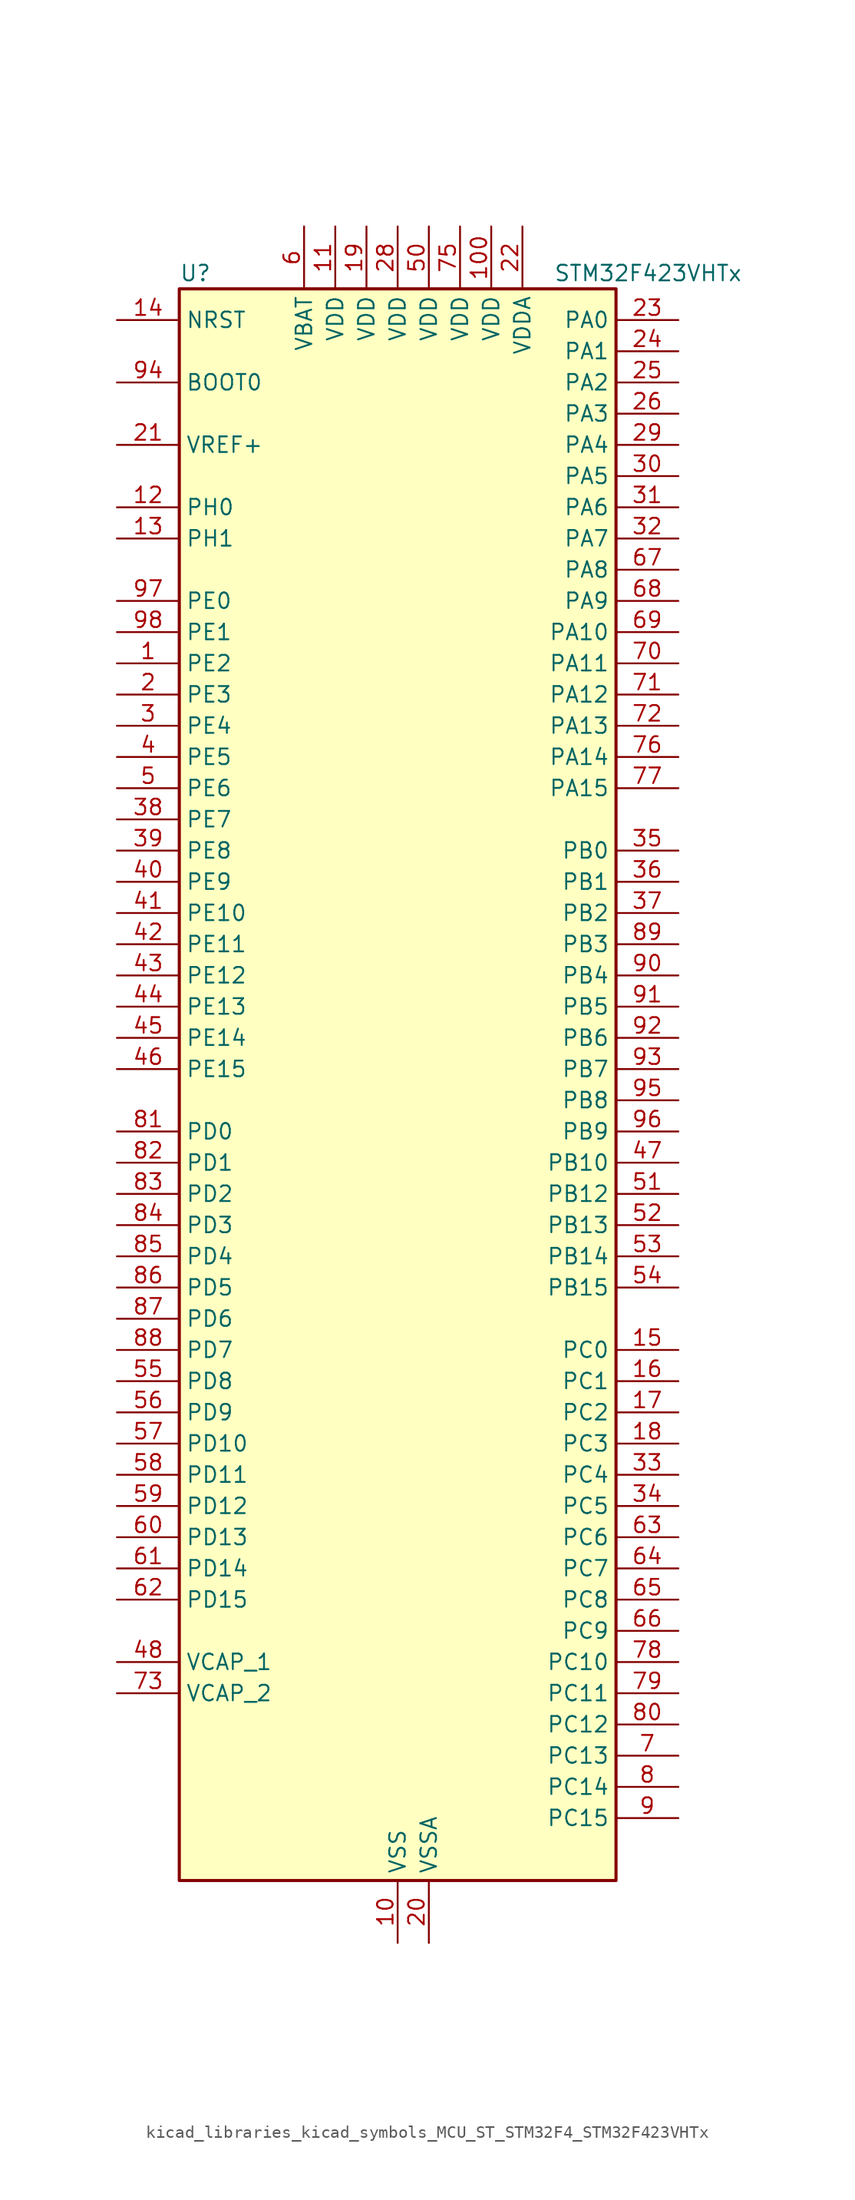
<source format=kicad_sym>
(kicad_symbol_lib
  (version 20220914)
  (generator kicad_symbol_editor)
  (symbol "kicad_libraries_kicad_symbols_MCU_ST_STM32F4_STM32F423VHTx"
    (property "Reference" "U"
      (at -17.78 67.31 0)
      (effects (font (size 1.27 1.27)) (justify left)))
    (property "Value" "STM32F423VHTx"
      (at 12.7 67.31 0)
      (effects (font (size 1.27 1.27)) (justify left)))
    (property "ki_locked" ""
      (at 0 0 0)
      (effects (font (size 1.27 1.27))))
    (symbol "kicad_libraries_kicad_symbols_MCU_ST_STM32F4_STM32F423VHTx_0_1"
      (rectangle (start -17.78 -63.5) (end 17.78 66.04) (stroke (width 0.254) (type default)) (fill (type background))))
    (symbol "kicad_libraries_kicad_symbols_MCU_ST_STM32F4_STM32F423VHTx_1_1"
      (pin bidirectional line (at -22.86 35.56 0) (length 5.08) (name "PE2" (effects (font (size 1.27 1.27)))) (number "1" (effects (font (size 1.27 1.27)))) (alternate "FSMC_A23" bidirectional line) (alternate "I2S4_CK" bidirectional line) (alternate "I2S5_CK" bidirectional line) (alternate "QUADSPI_BK1_IO2" bidirectional line) (alternate "SAI1_MCLK_A" bidirectional line) (alternate "SPI4_SCK" bidirectional line) (alternate "SPI5_SCK" bidirectional line) (alternate "SYS_TRACECLK" bidirectional line) (alternate "UART10_RX" bidirectional line))
      (pin power_in line (at 0 -68.58 90) (length 5.08) (name "VSS" (effects (font (size 1.27 1.27)))) (number "10" (effects (font (size 1.27 1.27)))))
      (pin power_in line (at 7.62 71.12 270) (length 5.08) (name "VDD" (effects (font (size 1.27 1.27)))) (number "100" (effects (font (size 1.27 1.27)))))
      (pin power_in line (at -5.08 71.12 270) (length 5.08) (name "VDD" (effects (font (size 1.27 1.27)))) (number "11" (effects (font (size 1.27 1.27)))))
      (pin bidirectional line (at -22.86 48.26 0) (length 5.08) (name "PH0" (effects (font (size 1.27 1.27)))) (number "12" (effects (font (size 1.27 1.27)))) (alternate "RCC_OSC_IN" bidirectional line))
      (pin bidirectional line (at -22.86 45.72 0) (length 5.08) (name "PH1" (effects (font (size 1.27 1.27)))) (number "13" (effects (font (size 1.27 1.27)))) (alternate "RCC_OSC_OUT" bidirectional line))
      (pin input line (at -22.86 63.5 0) (length 5.08) (name "NRST" (effects (font (size 1.27 1.27)))) (number "14" (effects (font (size 1.27 1.27)))))
      (pin bidirectional line (at 22.86 -20.32 180) (length 5.08) (name "PC0" (effects (font (size 1.27 1.27)))) (number "15" (effects (font (size 1.27 1.27)))) (alternate "ADC1_IN10" bidirectional line) (alternate "DFSDM2_CKIN4" bidirectional line) (alternate "LPTIM1_IN1" bidirectional line) (alternate "SAI1_MCLK_B" bidirectional line) (alternate "SYS_WKUP2" bidirectional line))
      (pin bidirectional line (at 22.86 -22.86 180) (length 5.08) (name "PC1" (effects (font (size 1.27 1.27)))) (number "16" (effects (font (size 1.27 1.27)))) (alternate "ADC1_IN11" bidirectional line) (alternate "DFSDM2_DATIN4" bidirectional line) (alternate "LPTIM1_OUT" bidirectional line) (alternate "SAI1_SD_B" bidirectional line) (alternate "SYS_WKUP3" bidirectional line))
      (pin bidirectional line (at 22.86 -25.4 180) (length 5.08) (name "PC2" (effects (font (size 1.27 1.27)))) (number "17" (effects (font (size 1.27 1.27)))) (alternate "ADC1_IN12" bidirectional line) (alternate "DFSDM1_CKOUT" bidirectional line) (alternate "DFSDM2_DATIN7" bidirectional line) (alternate "FSMC_NWE" bidirectional line) (alternate "I2S2_ext_SD" bidirectional line) (alternate "LPTIM1_IN2" bidirectional line) (alternate "SAI1_SCK_B" bidirectional line) (alternate "SPI2_MISO" bidirectional line))
      (pin bidirectional line (at 22.86 -27.94 180) (length 5.08) (name "PC3" (effects (font (size 1.27 1.27)))) (number "18" (effects (font (size 1.27 1.27)))) (alternate "ADC1_IN13" bidirectional line) (alternate "DFSDM2_CKIN7" bidirectional line) (alternate "FSMC_A0" bidirectional line) (alternate "I2S2_SD" bidirectional line) (alternate "LPTIM1_ETR" bidirectional line) (alternate "SAI1_FS_B" bidirectional line) (alternate "SPI2_MOSI" bidirectional line))
      (pin power_in line (at -2.54 71.12 270) (length 5.08) (name "VDD" (effects (font (size 1.27 1.27)))) (number "19" (effects (font (size 1.27 1.27)))))
      (pin bidirectional line (at -22.86 33.02 0) (length 5.08) (name "PE3" (effects (font (size 1.27 1.27)))) (number "2" (effects (font (size 1.27 1.27)))) (alternate "FSMC_A19" bidirectional line) (alternate "SAI1_SD_B" bidirectional line) (alternate "SYS_TRACED0" bidirectional line) (alternate "UART10_TX" bidirectional line))
      (pin power_in line (at 2.54 -68.58 90) (length 5.08) (name "VSSA" (effects (font (size 1.27 1.27)))) (number "20" (effects (font (size 1.27 1.27)))))
      (pin input line (at -22.86 53.34 0) (length 5.08) (name "VREF+" (effects (font (size 1.27 1.27)))) (number "21" (effects (font (size 1.27 1.27)))))
      (pin power_in line (at 10.16 71.12 270) (length 5.08) (name "VDDA" (effects (font (size 1.27 1.27)))) (number "22" (effects (font (size 1.27 1.27)))))
      (pin bidirectional line (at 22.86 63.5 180) (length 5.08) (name "PA0" (effects (font (size 1.27 1.27)))) (number "23" (effects (font (size 1.27 1.27)))) (alternate "ADC1_IN0" bidirectional line) (alternate "SYS_WKUP1" bidirectional line) (alternate "TIM2_CH1" bidirectional line) (alternate "TIM2_ETR" bidirectional line) (alternate "TIM5_CH1" bidirectional line) (alternate "TIM8_ETR" bidirectional line) (alternate "UART4_TX" bidirectional line) (alternate "USART2_CTS" bidirectional line))
      (pin bidirectional line (at 22.86 60.96 180) (length 5.08) (name "PA1" (effects (font (size 1.27 1.27)))) (number "24" (effects (font (size 1.27 1.27)))) (alternate "ADC1_IN1" bidirectional line) (alternate "I2S4_SD" bidirectional line) (alternate "QUADSPI_BK1_IO3" bidirectional line) (alternate "SPI4_MOSI" bidirectional line) (alternate "TIM2_CH2" bidirectional line) (alternate "TIM5_CH2" bidirectional line) (alternate "UART4_RX" bidirectional line) (alternate "USART2_RTS" bidirectional line))
      (pin bidirectional line (at 22.86 58.42 180) (length 5.08) (name "PA2" (effects (font (size 1.27 1.27)))) (number "25" (effects (font (size 1.27 1.27)))) (alternate "ADC1_IN2" bidirectional line) (alternate "FSMC_D4" bidirectional line) (alternate "FSMC_DA4" bidirectional line) (alternate "I2S_CKIN" bidirectional line) (alternate "TIM2_CH3" bidirectional line) (alternate "TIM5_CH3" bidirectional line) (alternate "TIM9_CH1" bidirectional line) (alternate "USART2_TX" bidirectional line))
      (pin bidirectional line (at 22.86 55.88 180) (length 5.08) (name "PA3" (effects (font (size 1.27 1.27)))) (number "26" (effects (font (size 1.27 1.27)))) (alternate "ADC1_IN3" bidirectional line) (alternate "FSMC_D5" bidirectional line) (alternate "FSMC_DA5" bidirectional line) (alternate "I2S2_MCK" bidirectional line) (alternate "SAI1_SD_B" bidirectional line) (alternate "TIM2_CH4" bidirectional line) (alternate "TIM5_CH4" bidirectional line) (alternate "TIM9_CH2" bidirectional line) (alternate "USART2_RX" bidirectional line))
      (pin passive line (at 0 -68.58 90) (length 5.08) hide (name "VSS" (effects (font (size 1.27 1.27)))) (number "27" (effects (font (size 1.27 1.27)))))
      (pin power_in line (at 0 71.12 270) (length 5.08) (name "VDD" (effects (font (size 1.27 1.27)))) (number "28" (effects (font (size 1.27 1.27)))))
      (pin bidirectional line (at 22.86 53.34 180) (length 5.08) (name "PA4" (effects (font (size 1.27 1.27)))) (number "29" (effects (font (size 1.27 1.27)))) (alternate "ADC1_IN4" bidirectional line) (alternate "DAC_OUT1" bidirectional line) (alternate "DFSDM1_DATIN1" bidirectional line) (alternate "FSMC_D6" bidirectional line) (alternate "FSMC_DA6" bidirectional line) (alternate "I2S1_WS" bidirectional line) (alternate "I2S3_WS" bidirectional line) (alternate "SPI1_NSS" bidirectional line) (alternate "SPI3_NSS" bidirectional line) (alternate "USART2_CK" bidirectional line))
      (pin bidirectional line (at -22.86 30.48 0) (length 5.08) (name "PE4" (effects (font (size 1.27 1.27)))) (number "3" (effects (font (size 1.27 1.27)))) (alternate "DFSDM1_DATIN3" bidirectional line) (alternate "FSMC_A20" bidirectional line) (alternate "I2S4_WS" bidirectional line) (alternate "I2S5_WS" bidirectional line) (alternate "SAI1_SD_A" bidirectional line) (alternate "SPI4_NSS" bidirectional line) (alternate "SPI5_NSS" bidirectional line) (alternate "SYS_TRACED1" bidirectional line))
      (pin bidirectional line (at 22.86 50.8 180) (length 5.08) (name "PA5" (effects (font (size 1.27 1.27)))) (number "30" (effects (font (size 1.27 1.27)))) (alternate "ADC1_IN5" bidirectional line) (alternate "DAC_OUT2" bidirectional line) (alternate "DFSDM1_CKIN1" bidirectional line) (alternate "FSMC_D7" bidirectional line) (alternate "FSMC_DA7" bidirectional line) (alternate "I2S1_CK" bidirectional line) (alternate "SPI1_SCK" bidirectional line) (alternate "TIM2_CH1" bidirectional line) (alternate "TIM2_ETR" bidirectional line) (alternate "TIM8_CH1N" bidirectional line))
      (pin bidirectional line (at 22.86 48.26 180) (length 5.08) (name "PA6" (effects (font (size 1.27 1.27)))) (number "31" (effects (font (size 1.27 1.27)))) (alternate "ADC1_IN6" bidirectional line) (alternate "DFSDM2_CKIN1" bidirectional line) (alternate "I2S2_MCK" bidirectional line) (alternate "QUADSPI_BK2_IO0" bidirectional line) (alternate "SDIO_CMD" bidirectional line) (alternate "SPI1_MISO" bidirectional line) (alternate "TIM13_CH1" bidirectional line) (alternate "TIM1_BKIN" bidirectional line) (alternate "TIM3_CH1" bidirectional line) (alternate "TIM8_BKIN" bidirectional line))
      (pin bidirectional line (at 22.86 45.72 180) (length 5.08) (name "PA7" (effects (font (size 1.27 1.27)))) (number "32" (effects (font (size 1.27 1.27)))) (alternate "ADC1_IN7" bidirectional line) (alternate "DFSDM2_DATIN1" bidirectional line) (alternate "I2S1_SD" bidirectional line) (alternate "QUADSPI_BK2_IO1" bidirectional line) (alternate "SPI1_MOSI" bidirectional line) (alternate "TIM14_CH1" bidirectional line) (alternate "TIM1_CH1N" bidirectional line) (alternate "TIM3_CH2" bidirectional line) (alternate "TIM8_CH1N" bidirectional line))
      (pin bidirectional line (at 22.86 -30.48 180) (length 5.08) (name "PC4" (effects (font (size 1.27 1.27)))) (number "33" (effects (font (size 1.27 1.27)))) (alternate "ADC1_IN14" bidirectional line) (alternate "DFSDM2_CKIN2" bidirectional line) (alternate "FSMC_NE4" bidirectional line) (alternate "I2S1_MCK" bidirectional line) (alternate "QUADSPI_BK2_IO2" bidirectional line))
      (pin bidirectional line (at 22.86 -33.02 180) (length 5.08) (name "PC5" (effects (font (size 1.27 1.27)))) (number "34" (effects (font (size 1.27 1.27)))) (alternate "ADC1_IN15" bidirectional line) (alternate "DFSDM2_DATIN2" bidirectional line) (alternate "FMPI2C1_SMBA" bidirectional line) (alternate "FSMC_NOE" bidirectional line) (alternate "QUADSPI_BK2_IO3" bidirectional line) (alternate "USART3_RX" bidirectional line))
      (pin bidirectional line (at 22.86 20.32 180) (length 5.08) (name "PB0" (effects (font (size 1.27 1.27)))) (number "35" (effects (font (size 1.27 1.27)))) (alternate "ADC1_IN8" bidirectional line) (alternate "I2S5_CK" bidirectional line) (alternate "SPI5_SCK" bidirectional line) (alternate "TIM1_CH2N" bidirectional line) (alternate "TIM3_CH3" bidirectional line) (alternate "TIM8_CH2N" bidirectional line))
      (pin bidirectional line (at 22.86 17.78 180) (length 5.08) (name "PB1" (effects (font (size 1.27 1.27)))) (number "36" (effects (font (size 1.27 1.27)))) (alternate "ADC1_IN9" bidirectional line) (alternate "DFSDM1_DATIN0" bidirectional line) (alternate "I2S5_WS" bidirectional line) (alternate "QUADSPI_CLK" bidirectional line) (alternate "SPI5_NSS" bidirectional line) (alternate "TIM1_CH3N" bidirectional line) (alternate "TIM3_CH4" bidirectional line) (alternate "TIM8_CH3N" bidirectional line))
      (pin bidirectional line (at 22.86 15.24 180) (length 5.08) (name "PB2" (effects (font (size 1.27 1.27)))) (number "37" (effects (font (size 1.27 1.27)))) (alternate "DFSDM1_CKIN0" bidirectional line) (alternate "LPTIM1_OUT" bidirectional line) (alternate "QUADSPI_CLK" bidirectional line))
      (pin bidirectional line (at -22.86 22.86 0) (length 5.08) (name "PE7" (effects (font (size 1.27 1.27)))) (number "38" (effects (font (size 1.27 1.27)))) (alternate "DFSDM1_DATIN2" bidirectional line) (alternate "FSMC_D4" bidirectional line) (alternate "FSMC_DA4" bidirectional line) (alternate "QUADSPI_BK2_IO0" bidirectional line) (alternate "TIM1_ETR" bidirectional line) (alternate "UART7_RX" bidirectional line))
      (pin bidirectional line (at -22.86 20.32 0) (length 5.08) (name "PE8" (effects (font (size 1.27 1.27)))) (number "39" (effects (font (size 1.27 1.27)))) (alternate "DFSDM1_CKIN2" bidirectional line) (alternate "FSMC_D5" bidirectional line) (alternate "FSMC_DA5" bidirectional line) (alternate "QUADSPI_BK2_IO1" bidirectional line) (alternate "TIM1_CH1N" bidirectional line) (alternate "UART7_TX" bidirectional line))
      (pin bidirectional line (at -22.86 27.94 0) (length 5.08) (name "PE5" (effects (font (size 1.27 1.27)))) (number "4" (effects (font (size 1.27 1.27)))) (alternate "DFSDM1_CKIN3" bidirectional line) (alternate "FSMC_A21" bidirectional line) (alternate "SAI1_SCK_A" bidirectional line) (alternate "SPI4_MISO" bidirectional line) (alternate "SPI5_MISO" bidirectional line) (alternate "SYS_TRACED2" bidirectional line) (alternate "TIM9_CH1" bidirectional line))
      (pin bidirectional line (at -22.86 17.78 0) (length 5.08) (name "PE9" (effects (font (size 1.27 1.27)))) (number "40" (effects (font (size 1.27 1.27)))) (alternate "DAC_EXTI9" bidirectional line) (alternate "DFSDM1_CKOUT" bidirectional line) (alternate "FSMC_D6" bidirectional line) (alternate "FSMC_DA6" bidirectional line) (alternate "QUADSPI_BK2_IO2" bidirectional line) (alternate "TIM1_CH1" bidirectional line))
      (pin bidirectional line (at -22.86 15.24 0) (length 5.08) (name "PE10" (effects (font (size 1.27 1.27)))) (number "41" (effects (font (size 1.27 1.27)))) (alternate "DFSDM2_DATIN0" bidirectional line) (alternate "FSMC_D7" bidirectional line) (alternate "FSMC_DA7" bidirectional line) (alternate "QUADSPI_BK2_IO3" bidirectional line) (alternate "TIM1_CH2N" bidirectional line))
      (pin bidirectional line (at -22.86 12.7 0) (length 5.08) (name "PE11" (effects (font (size 1.27 1.27)))) (number "42" (effects (font (size 1.27 1.27)))) (alternate "ADC1_EXTI11" bidirectional line) (alternate "DFSDM2_CKIN0" bidirectional line) (alternate "FSMC_D8" bidirectional line) (alternate "FSMC_DA8" bidirectional line) (alternate "I2S4_WS" bidirectional line) (alternate "I2S5_WS" bidirectional line) (alternate "SPI4_NSS" bidirectional line) (alternate "SPI5_NSS" bidirectional line) (alternate "TIM1_CH2" bidirectional line))
      (pin bidirectional line (at -22.86 10.16 0) (length 5.08) (name "PE12" (effects (font (size 1.27 1.27)))) (number "43" (effects (font (size 1.27 1.27)))) (alternate "DFSDM2_DATIN7" bidirectional line) (alternate "FSMC_D9" bidirectional line) (alternate "FSMC_DA9" bidirectional line) (alternate "I2S4_CK" bidirectional line) (alternate "I2S5_CK" bidirectional line) (alternate "SPI4_SCK" bidirectional line) (alternate "SPI5_SCK" bidirectional line) (alternate "TIM1_CH3N" bidirectional line))
      (pin bidirectional line (at -22.86 7.62 0) (length 5.08) (name "PE13" (effects (font (size 1.27 1.27)))) (number "44" (effects (font (size 1.27 1.27)))) (alternate "DFSDM2_CKIN7" bidirectional line) (alternate "FSMC_D10" bidirectional line) (alternate "FSMC_DA10" bidirectional line) (alternate "SPI4_MISO" bidirectional line) (alternate "SPI5_MISO" bidirectional line) (alternate "TIM1_CH3" bidirectional line))
      (pin bidirectional line (at -22.86 5.08 0) (length 5.08) (name "PE14" (effects (font (size 1.27 1.27)))) (number "45" (effects (font (size 1.27 1.27)))) (alternate "DFSDM2_DATIN1" bidirectional line) (alternate "FSMC_D11" bidirectional line) (alternate "FSMC_DA11" bidirectional line) (alternate "I2S4_SD" bidirectional line) (alternate "I2S5_SD" bidirectional line) (alternate "SPI4_MOSI" bidirectional line) (alternate "SPI5_MOSI" bidirectional line) (alternate "TIM1_CH4" bidirectional line))
      (pin bidirectional line (at -22.86 2.54 0) (length 5.08) (name "PE15" (effects (font (size 1.27 1.27)))) (number "46" (effects (font (size 1.27 1.27)))) (alternate "ADC1_EXTI15" bidirectional line) (alternate "DFSDM2_CKIN1" bidirectional line) (alternate "FSMC_D12" bidirectional line) (alternate "FSMC_DA12" bidirectional line) (alternate "TIM1_BKIN" bidirectional line))
      (pin bidirectional line (at 22.86 -5.08 180) (length 5.08) (name "PB10" (effects (font (size 1.27 1.27)))) (number "47" (effects (font (size 1.27 1.27)))) (alternate "DFSDM2_CKOUT" bidirectional line) (alternate "FMPI2C1_SCL" bidirectional line) (alternate "I2C2_SCL" bidirectional line) (alternate "I2S2_CK" bidirectional line) (alternate "I2S3_MCK" bidirectional line) (alternate "SDIO_D7" bidirectional line) (alternate "SPI2_SCK" bidirectional line) (alternate "TIM2_CH3" bidirectional line) (alternate "USART3_TX" bidirectional line))
      (pin power_out line (at -22.86 -45.72 0) (length 5.08) (name "VCAP_1" (effects (font (size 1.27 1.27)))) (number "48" (effects (font (size 1.27 1.27)))))
      (pin passive line (at 0 -68.58 90) (length 5.08) hide (name "VSS" (effects (font (size 1.27 1.27)))) (number "49" (effects (font (size 1.27 1.27)))))
      (pin bidirectional line (at -22.86 25.4 0) (length 5.08) (name "PE6" (effects (font (size 1.27 1.27)))) (number "5" (effects (font (size 1.27 1.27)))) (alternate "FSMC_A22" bidirectional line) (alternate "I2S4_SD" bidirectional line) (alternate "I2S5_SD" bidirectional line) (alternate "SAI1_FS_A" bidirectional line) (alternate "SPI4_MOSI" bidirectional line) (alternate "SPI5_MOSI" bidirectional line) (alternate "SYS_TRACED3" bidirectional line) (alternate "TIM9_CH2" bidirectional line))
      (pin power_in line (at 2.54 71.12 270) (length 5.08) (name "VDD" (effects (font (size 1.27 1.27)))) (number "50" (effects (font (size 1.27 1.27)))))
      (pin bidirectional line (at 22.86 -7.62 180) (length 5.08) (name "PB12" (effects (font (size 1.27 1.27)))) (number "51" (effects (font (size 1.27 1.27)))) (alternate "CAN2_RX" bidirectional line) (alternate "DFSDM1_DATIN1" bidirectional line) (alternate "FSMC_D13" bidirectional line) (alternate "FSMC_DA13" bidirectional line) (alternate "I2C2_SMBA" bidirectional line) (alternate "I2S2_WS" bidirectional line) (alternate "I2S3_CK" bidirectional line) (alternate "I2S4_WS" bidirectional line) (alternate "SPI2_NSS" bidirectional line) (alternate "SPI3_SCK" bidirectional line) (alternate "SPI4_NSS" bidirectional line) (alternate "TIM1_BKIN" bidirectional line) (alternate "UART5_RX" bidirectional line) (alternate "USART3_CK" bidirectional line))
      (pin bidirectional line (at 22.86 -10.16 180) (length 5.08) (name "PB13" (effects (font (size 1.27 1.27)))) (number "52" (effects (font (size 1.27 1.27)))) (alternate "CAN2_TX" bidirectional line) (alternate "DFSDM1_CKIN1" bidirectional line) (alternate "FMPI2C1_SMBA" bidirectional line) (alternate "I2S2_CK" bidirectional line) (alternate "I2S4_CK" bidirectional line) (alternate "SPI2_SCK" bidirectional line) (alternate "SPI4_SCK" bidirectional line) (alternate "TIM1_CH1N" bidirectional line) (alternate "UART5_TX" bidirectional line) (alternate "USART3_CTS" bidirectional line))
      (pin bidirectional line (at 22.86 -12.7 180) (length 5.08) (name "PB14" (effects (font (size 1.27 1.27)))) (number "53" (effects (font (size 1.27 1.27)))) (alternate "DFSDM1_DATIN2" bidirectional line) (alternate "FMPI2C1_SDA" bidirectional line) (alternate "FSMC_D0" bidirectional line) (alternate "FSMC_DA0" bidirectional line) (alternate "I2S2_ext_SD" bidirectional line) (alternate "SDIO_D6" bidirectional line) (alternate "SPI2_MISO" bidirectional line) (alternate "TIM12_CH1" bidirectional line) (alternate "TIM1_CH2N" bidirectional line) (alternate "TIM8_CH2N" bidirectional line) (alternate "USART3_RTS" bidirectional line))
      (pin bidirectional line (at 22.86 -15.24 180) (length 5.08) (name "PB15" (effects (font (size 1.27 1.27)))) (number "54" (effects (font (size 1.27 1.27)))) (alternate "ADC1_EXTI15" bidirectional line) (alternate "DFSDM1_CKIN2" bidirectional line) (alternate "FMPI2C1_SCL" bidirectional line) (alternate "I2S2_SD" bidirectional line) (alternate "RTC_REFIN" bidirectional line) (alternate "SDIO_CK" bidirectional line) (alternate "SPI2_MOSI" bidirectional line) (alternate "TIM12_CH2" bidirectional line) (alternate "TIM1_CH3N" bidirectional line) (alternate "TIM8_CH3N" bidirectional line))
      (pin bidirectional line (at -22.86 -22.86 0) (length 5.08) (name "PD8" (effects (font (size 1.27 1.27)))) (number "55" (effects (font (size 1.27 1.27)))) (alternate "FSMC_D13" bidirectional line) (alternate "FSMC_DA13" bidirectional line) (alternate "USART3_TX" bidirectional line))
      (pin bidirectional line (at -22.86 -25.4 0) (length 5.08) (name "PD9" (effects (font (size 1.27 1.27)))) (number "56" (effects (font (size 1.27 1.27)))) (alternate "DAC_EXTI9" bidirectional line) (alternate "FSMC_D14" bidirectional line) (alternate "FSMC_DA14" bidirectional line) (alternate "USART3_RX" bidirectional line))
      (pin bidirectional line (at -22.86 -27.94 0) (length 5.08) (name "PD10" (effects (font (size 1.27 1.27)))) (number "57" (effects (font (size 1.27 1.27)))) (alternate "FSMC_D15" bidirectional line) (alternate "FSMC_DA15" bidirectional line) (alternate "UART4_TX" bidirectional line) (alternate "USART3_CK" bidirectional line))
      (pin bidirectional line (at -22.86 -30.48 0) (length 5.08) (name "PD11" (effects (font (size 1.27 1.27)))) (number "58" (effects (font (size 1.27 1.27)))) (alternate "ADC1_EXTI11" bidirectional line) (alternate "DFSDM2_DATIN2" bidirectional line) (alternate "FMPI2C1_SMBA" bidirectional line) (alternate "FSMC_A16" bidirectional line) (alternate "QUADSPI_BK1_IO0" bidirectional line) (alternate "USART3_CTS" bidirectional line))
      (pin bidirectional line (at -22.86 -33.02 0) (length 5.08) (name "PD12" (effects (font (size 1.27 1.27)))) (number "59" (effects (font (size 1.27 1.27)))) (alternate "DFSDM2_CKIN2" bidirectional line) (alternate "FMPI2C1_SCL" bidirectional line) (alternate "FSMC_A17" bidirectional line) (alternate "QUADSPI_BK1_IO1" bidirectional line) (alternate "TIM4_CH1" bidirectional line) (alternate "USART3_RTS" bidirectional line))
      (pin power_in line (at -7.62 71.12 270) (length 5.08) (name "VBAT" (effects (font (size 1.27 1.27)))) (number "6" (effects (font (size 1.27 1.27)))))
      (pin bidirectional line (at -22.86 -35.56 0) (length 5.08) (name "PD13" (effects (font (size 1.27 1.27)))) (number "60" (effects (font (size 1.27 1.27)))) (alternate "FMPI2C1_SDA" bidirectional line) (alternate "FSMC_A18" bidirectional line) (alternate "QUADSPI_BK1_IO3" bidirectional line) (alternate "TIM4_CH2" bidirectional line))
      (pin bidirectional line (at -22.86 -38.1 0) (length 5.08) (name "PD14" (effects (font (size 1.27 1.27)))) (number "61" (effects (font (size 1.27 1.27)))) (alternate "DFSDM2_CKIN0" bidirectional line) (alternate "FMPI2C1_SCL" bidirectional line) (alternate "FSMC_D0" bidirectional line) (alternate "FSMC_DA0" bidirectional line) (alternate "TIM4_CH3" bidirectional line) (alternate "UART9_RX" bidirectional line))
      (pin bidirectional line (at -22.86 -40.64 0) (length 5.08) (name "PD15" (effects (font (size 1.27 1.27)))) (number "62" (effects (font (size 1.27 1.27)))) (alternate "ADC1_EXTI15" bidirectional line) (alternate "DFSDM2_DATIN0" bidirectional line) (alternate "FMPI2C1_SDA" bidirectional line) (alternate "FSMC_D1" bidirectional line) (alternate "FSMC_DA1" bidirectional line) (alternate "TIM4_CH4" bidirectional line) (alternate "UART9_TX" bidirectional line))
      (pin bidirectional line (at 22.86 -35.56 180) (length 5.08) (name "PC6" (effects (font (size 1.27 1.27)))) (number "63" (effects (font (size 1.27 1.27)))) (alternate "DFSDM1_CKIN3" bidirectional line) (alternate "DFSDM2_DATIN6" bidirectional line) (alternate "FMPI2C1_SCL" bidirectional line) (alternate "FSMC_D1" bidirectional line) (alternate "FSMC_DA1" bidirectional line) (alternate "I2S2_MCK" bidirectional line) (alternate "SDIO_D6" bidirectional line) (alternate "TIM3_CH1" bidirectional line) (alternate "TIM8_CH1" bidirectional line) (alternate "USART6_TX" bidirectional line))
      (pin bidirectional line (at 22.86 -38.1 180) (length 5.08) (name "PC7" (effects (font (size 1.27 1.27)))) (number "64" (effects (font (size 1.27 1.27)))) (alternate "DFSDM1_DATIN3" bidirectional line) (alternate "DFSDM2_CKIN6" bidirectional line) (alternate "FMPI2C1_SDA" bidirectional line) (alternate "I2S2_CK" bidirectional line) (alternate "I2S3_MCK" bidirectional line) (alternate "SDIO_D7" bidirectional line) (alternate "SPI2_SCK" bidirectional line) (alternate "TIM3_CH2" bidirectional line) (alternate "TIM8_CH2" bidirectional line) (alternate "USART6_RX" bidirectional line))
      (pin bidirectional line (at 22.86 -40.64 180) (length 5.08) (name "PC8" (effects (font (size 1.27 1.27)))) (number "65" (effects (font (size 1.27 1.27)))) (alternate "DFSDM2_CKIN3" bidirectional line) (alternate "QUADSPI_BK1_IO2" bidirectional line) (alternate "SDIO_D0" bidirectional line) (alternate "TIM3_CH3" bidirectional line) (alternate "TIM8_CH3" bidirectional line) (alternate "USART6_CK" bidirectional line))
      (pin bidirectional line (at 22.86 -43.18 180) (length 5.08) (name "PC9" (effects (font (size 1.27 1.27)))) (number "66" (effects (font (size 1.27 1.27)))) (alternate "DAC_EXTI9" bidirectional line) (alternate "DFSDM2_DATIN3" bidirectional line) (alternate "I2C3_SDA" bidirectional line) (alternate "I2S_CKIN" bidirectional line) (alternate "QUADSPI_BK1_IO0" bidirectional line) (alternate "RCC_MCO_2" bidirectional line) (alternate "SDIO_D1" bidirectional line) (alternate "TIM3_CH4" bidirectional line) (alternate "TIM8_CH4" bidirectional line))
      (pin bidirectional line (at 22.86 43.18 180) (length 5.08) (name "PA8" (effects (font (size 1.27 1.27)))) (number "67" (effects (font (size 1.27 1.27)))) (alternate "CAN3_RX" bidirectional line) (alternate "DFSDM1_CKOUT" bidirectional line) (alternate "I2C3_SCL" bidirectional line) (alternate "RCC_MCO_1" bidirectional line) (alternate "SDIO_D1" bidirectional line) (alternate "TIM1_CH1" bidirectional line) (alternate "UART7_RX" bidirectional line) (alternate "USART1_CK" bidirectional line) (alternate "USB_OTG_FS_SOF" bidirectional line))
      (pin bidirectional line (at 22.86 40.64 180) (length 5.08) (name "PA9" (effects (font (size 1.27 1.27)))) (number "68" (effects (font (size 1.27 1.27)))) (alternate "DAC_EXTI9" bidirectional line) (alternate "DFSDM2_CKIN3" bidirectional line) (alternate "I2C3_SMBA" bidirectional line) (alternate "I2S2_CK" bidirectional line) (alternate "SDIO_D2" bidirectional line) (alternate "SPI2_SCK" bidirectional line) (alternate "TIM1_CH2" bidirectional line) (alternate "USART1_TX" bidirectional line) (alternate "USB_OTG_FS_VBUS" bidirectional line))
      (pin bidirectional line (at 22.86 38.1 180) (length 5.08) (name "PA10" (effects (font (size 1.27 1.27)))) (number "69" (effects (font (size 1.27 1.27)))) (alternate "DFSDM2_DATIN3" bidirectional line) (alternate "I2S2_SD" bidirectional line) (alternate "I2S5_SD" bidirectional line) (alternate "SPI2_MOSI" bidirectional line) (alternate "SPI5_MOSI" bidirectional line) (alternate "TIM1_CH3" bidirectional line) (alternate "USART1_RX" bidirectional line) (alternate "USB_OTG_FS_ID" bidirectional line))
      (pin bidirectional line (at 22.86 -53.34 180) (length 5.08) (name "PC13" (effects (font (size 1.27 1.27)))) (number "7" (effects (font (size 1.27 1.27)))) (alternate "RTC_AF1" bidirectional line))
      (pin bidirectional line (at 22.86 35.56 180) (length 5.08) (name "PA11" (effects (font (size 1.27 1.27)))) (number "70" (effects (font (size 1.27 1.27)))) (alternate "ADC1_EXTI11" bidirectional line) (alternate "CAN1_RX" bidirectional line) (alternate "DFSDM2_CKIN5" bidirectional line) (alternate "I2S2_WS" bidirectional line) (alternate "SPI2_NSS" bidirectional line) (alternate "SPI4_MISO" bidirectional line) (alternate "TIM1_CH4" bidirectional line) (alternate "UART4_RX" bidirectional line) (alternate "USART1_CTS" bidirectional line) (alternate "USART6_TX" bidirectional line) (alternate "USB_OTG_FS_DM" bidirectional line))
      (pin bidirectional line (at 22.86 33.02 180) (length 5.08) (name "PA12" (effects (font (size 1.27 1.27)))) (number "71" (effects (font (size 1.27 1.27)))) (alternate "CAN1_TX" bidirectional line) (alternate "DFSDM2_DATIN5" bidirectional line) (alternate "SPI2_MISO" bidirectional line) (alternate "SPI5_MISO" bidirectional line) (alternate "TIM1_ETR" bidirectional line) (alternate "UART4_TX" bidirectional line) (alternate "USART1_RTS" bidirectional line) (alternate "USART6_RX" bidirectional line) (alternate "USB_OTG_FS_DP" bidirectional line))
      (pin bidirectional line (at 22.86 30.48 180) (length 5.08) (name "PA13" (effects (font (size 1.27 1.27)))) (number "72" (effects (font (size 1.27 1.27)))) (alternate "SYS_JTMS-SWDIO" bidirectional line))
      (pin power_out line (at -22.86 -48.26 0) (length 5.08) (name "VCAP_2" (effects (font (size 1.27 1.27)))) (number "73" (effects (font (size 1.27 1.27)))))
      (pin passive line (at 0 -68.58 90) (length 5.08) hide (name "VSS" (effects (font (size 1.27 1.27)))) (number "74" (effects (font (size 1.27 1.27)))))
      (pin power_in line (at 5.08 71.12 270) (length 5.08) (name "VDD" (effects (font (size 1.27 1.27)))) (number "75" (effects (font (size 1.27 1.27)))))
      (pin bidirectional line (at 22.86 27.94 180) (length 5.08) (name "PA14" (effects (font (size 1.27 1.27)))) (number "76" (effects (font (size 1.27 1.27)))) (alternate "SYS_JTCK-SWCLK" bidirectional line))
      (pin bidirectional line (at 22.86 25.4 180) (length 5.08) (name "PA15" (effects (font (size 1.27 1.27)))) (number "77" (effects (font (size 1.27 1.27)))) (alternate "ADC1_EXTI15" bidirectional line) (alternate "CAN3_TX" bidirectional line) (alternate "I2S1_WS" bidirectional line) (alternate "I2S3_WS" bidirectional line) (alternate "SAI1_MCLK_A" bidirectional line) (alternate "SPI1_NSS" bidirectional line) (alternate "SPI3_NSS" bidirectional line) (alternate "SYS_JTDI" bidirectional line) (alternate "TIM2_CH1" bidirectional line) (alternate "TIM2_ETR" bidirectional line) (alternate "UART7_TX" bidirectional line) (alternate "USART1_TX" bidirectional line))
      (pin bidirectional line (at 22.86 -45.72 180) (length 5.08) (name "PC10" (effects (font (size 1.27 1.27)))) (number "78" (effects (font (size 1.27 1.27)))) (alternate "DFSDM2_CKIN5" bidirectional line) (alternate "I2S3_CK" bidirectional line) (alternate "QUADSPI_BK1_IO1" bidirectional line) (alternate "SDIO_D2" bidirectional line) (alternate "SPI3_SCK" bidirectional line) (alternate "USART3_TX" bidirectional line))
      (pin bidirectional line (at 22.86 -48.26 180) (length 5.08) (name "PC11" (effects (font (size 1.27 1.27)))) (number "79" (effects (font (size 1.27 1.27)))) (alternate "ADC1_EXTI11" bidirectional line) (alternate "DFSDM2_DATIN5" bidirectional line) (alternate "FSMC_D2" bidirectional line) (alternate "FSMC_DA2" bidirectional line) (alternate "I2S3_ext_SD" bidirectional line) (alternate "QUADSPI_BK2_NCS" bidirectional line) (alternate "SDIO_D3" bidirectional line) (alternate "SPI3_MISO" bidirectional line) (alternate "UART4_RX" bidirectional line) (alternate "USART3_RX" bidirectional line))
      (pin bidirectional line (at 22.86 -55.88 180) (length 5.08) (name "PC14" (effects (font (size 1.27 1.27)))) (number "8" (effects (font (size 1.27 1.27)))) (alternate "RCC_OSC32_IN" bidirectional line))
      (pin bidirectional line (at 22.86 -50.8 180) (length 5.08) (name "PC12" (effects (font (size 1.27 1.27)))) (number "80" (effects (font (size 1.27 1.27)))) (alternate "FSMC_D3" bidirectional line) (alternate "FSMC_DA3" bidirectional line) (alternate "I2S3_SD" bidirectional line) (alternate "SDIO_CK" bidirectional line) (alternate "SPI3_MOSI" bidirectional line) (alternate "UART5_TX" bidirectional line) (alternate "USART3_CK" bidirectional line))
      (pin bidirectional line (at -22.86 -2.54 0) (length 5.08) (name "PD0" (effects (font (size 1.27 1.27)))) (number "81" (effects (font (size 1.27 1.27)))) (alternate "CAN1_RX" bidirectional line) (alternate "DFSDM2_CKIN6" bidirectional line) (alternate "FSMC_D2" bidirectional line) (alternate "FSMC_DA2" bidirectional line) (alternate "UART4_RX" bidirectional line))
      (pin bidirectional line (at -22.86 -5.08 0) (length 5.08) (name "PD1" (effects (font (size 1.27 1.27)))) (number "82" (effects (font (size 1.27 1.27)))) (alternate "CAN1_TX" bidirectional line) (alternate "DFSDM2_DATIN6" bidirectional line) (alternate "FSMC_D3" bidirectional line) (alternate "FSMC_DA3" bidirectional line) (alternate "UART4_TX" bidirectional line))
      (pin bidirectional line (at -22.86 -7.62 0) (length 5.08) (name "PD2" (effects (font (size 1.27 1.27)))) (number "83" (effects (font (size 1.27 1.27)))) (alternate "DFSDM2_CKOUT" bidirectional line) (alternate "FSMC_NWE" bidirectional line) (alternate "SDIO_CMD" bidirectional line) (alternate "TIM3_ETR" bidirectional line) (alternate "UART5_RX" bidirectional line))
      (pin bidirectional line (at -22.86 -10.16 0) (length 5.08) (name "PD3" (effects (font (size 1.27 1.27)))) (number "84" (effects (font (size 1.27 1.27)))) (alternate "DFSDM1_DATIN0" bidirectional line) (alternate "FSMC_CLK" bidirectional line) (alternate "I2S2_CK" bidirectional line) (alternate "QUADSPI_CLK" bidirectional line) (alternate "SPI2_SCK" bidirectional line) (alternate "SYS_TRACED1" bidirectional line) (alternate "USART2_CTS" bidirectional line))
      (pin bidirectional line (at -22.86 -12.7 0) (length 5.08) (name "PD4" (effects (font (size 1.27 1.27)))) (number "85" (effects (font (size 1.27 1.27)))) (alternate "DFSDM1_CKIN0" bidirectional line) (alternate "FSMC_NOE" bidirectional line) (alternate "USART2_RTS" bidirectional line))
      (pin bidirectional line (at -22.86 -15.24 0) (length 5.08) (name "PD5" (effects (font (size 1.27 1.27)))) (number "86" (effects (font (size 1.27 1.27)))) (alternate "DFSDM2_CKOUT" bidirectional line) (alternate "FSMC_NWE" bidirectional line) (alternate "USART2_TX" bidirectional line))
      (pin bidirectional line (at -22.86 -17.78 0) (length 5.08) (name "PD6" (effects (font (size 1.27 1.27)))) (number "87" (effects (font (size 1.27 1.27)))) (alternate "DFSDM1_DATIN1" bidirectional line) (alternate "FSMC_NWAIT" bidirectional line) (alternate "I2S3_SD" bidirectional line) (alternate "SPI3_MOSI" bidirectional line) (alternate "USART2_RX" bidirectional line))
      (pin bidirectional line (at -22.86 -20.32 0) (length 5.08) (name "PD7" (effects (font (size 1.27 1.27)))) (number "88" (effects (font (size 1.27 1.27)))) (alternate "DFSDM1_CKIN1" bidirectional line) (alternate "FSMC_NE1" bidirectional line) (alternate "USART2_CK" bidirectional line))
      (pin bidirectional line (at 22.86 12.7 180) (length 5.08) (name "PB3" (effects (font (size 1.27 1.27)))) (number "89" (effects (font (size 1.27 1.27)))) (alternate "CAN3_RX" bidirectional line) (alternate "FMPI2C1_SDA" bidirectional line) (alternate "I2C2_SDA" bidirectional line) (alternate "I2S1_CK" bidirectional line) (alternate "I2S3_CK" bidirectional line) (alternate "SAI1_SD_A" bidirectional line) (alternate "SPI1_SCK" bidirectional line) (alternate "SPI3_SCK" bidirectional line) (alternate "SYS_JTDO-SWO" bidirectional line) (alternate "TIM2_CH2" bidirectional line) (alternate "UART7_RX" bidirectional line) (alternate "USART1_RX" bidirectional line))
      (pin bidirectional line (at 22.86 -58.42 180) (length 5.08) (name "PC15" (effects (font (size 1.27 1.27)))) (number "9" (effects (font (size 1.27 1.27)))) (alternate "ADC1_EXTI15" bidirectional line) (alternate "RCC_OSC32_OUT" bidirectional line))
      (pin bidirectional line (at 22.86 10.16 180) (length 5.08) (name "PB4" (effects (font (size 1.27 1.27)))) (number "90" (effects (font (size 1.27 1.27)))) (alternate "CAN3_TX" bidirectional line) (alternate "I2C3_SDA" bidirectional line) (alternate "I2S3_ext_SD" bidirectional line) (alternate "SAI1_SCK_A" bidirectional line) (alternate "SDIO_D0" bidirectional line) (alternate "SPI1_MISO" bidirectional line) (alternate "SPI3_MISO" bidirectional line) (alternate "SYS_JTRST" bidirectional line) (alternate "TIM3_CH1" bidirectional line) (alternate "UART7_TX" bidirectional line))
      (pin bidirectional line (at 22.86 7.62 180) (length 5.08) (name "PB5" (effects (font (size 1.27 1.27)))) (number "91" (effects (font (size 1.27 1.27)))) (alternate "CAN2_RX" bidirectional line) (alternate "I2C1_SMBA" bidirectional line) (alternate "I2S1_SD" bidirectional line) (alternate "I2S3_SD" bidirectional line) (alternate "LPTIM1_IN1" bidirectional line) (alternate "SAI1_FS_A" bidirectional line) (alternate "SDIO_D3" bidirectional line) (alternate "SPI1_MOSI" bidirectional line) (alternate "SPI3_MOSI" bidirectional line) (alternate "TIM3_CH2" bidirectional line) (alternate "UART5_RX" bidirectional line))
      (pin bidirectional line (at 22.86 5.08 180) (length 5.08) (name "PB6" (effects (font (size 1.27 1.27)))) (number "92" (effects (font (size 1.27 1.27)))) (alternate "CAN2_TX" bidirectional line) (alternate "DFSDM2_CKIN7" bidirectional line) (alternate "I2C1_SCL" bidirectional line) (alternate "LPTIM1_ETR" bidirectional line) (alternate "QUADSPI_BK1_NCS" bidirectional line) (alternate "SDIO_D0" bidirectional line) (alternate "TIM4_CH1" bidirectional line) (alternate "UART5_TX" bidirectional line) (alternate "USART1_TX" bidirectional line))
      (pin bidirectional line (at 22.86 2.54 180) (length 5.08) (name "PB7" (effects (font (size 1.27 1.27)))) (number "93" (effects (font (size 1.27 1.27)))) (alternate "DFSDM2_DATIN7" bidirectional line) (alternate "FSMC_NL" bidirectional line) (alternate "I2C1_SDA" bidirectional line) (alternate "LPTIM1_IN2" bidirectional line) (alternate "TIM4_CH2" bidirectional line) (alternate "USART1_RX" bidirectional line))
      (pin input line (at -22.86 58.42 0) (length 5.08) (name "BOOT0" (effects (font (size 1.27 1.27)))) (number "94" (effects (font (size 1.27 1.27)))))
      (pin bidirectional line (at 22.86 0 180) (length 5.08) (name "PB8" (effects (font (size 1.27 1.27)))) (number "95" (effects (font (size 1.27 1.27)))) (alternate "CAN1_RX" bidirectional line) (alternate "DFSDM2_CKIN1" bidirectional line) (alternate "I2C1_SCL" bidirectional line) (alternate "I2C3_SDA" bidirectional line) (alternate "I2S5_SD" bidirectional line) (alternate "LPTIM1_OUT" bidirectional line) (alternate "SDIO_D4" bidirectional line) (alternate "SPI5_MOSI" bidirectional line) (alternate "TIM10_CH1" bidirectional line) (alternate "TIM4_CH3" bidirectional line) (alternate "UART5_RX" bidirectional line))
      (pin bidirectional line (at 22.86 -2.54 180) (length 5.08) (name "PB9" (effects (font (size 1.27 1.27)))) (number "96" (effects (font (size 1.27 1.27)))) (alternate "CAN1_TX" bidirectional line) (alternate "DAC_EXTI9" bidirectional line) (alternate "DFSDM2_DATIN1" bidirectional line) (alternate "I2C1_SDA" bidirectional line) (alternate "I2C2_SDA" bidirectional line) (alternate "I2S2_WS" bidirectional line) (alternate "SDIO_D5" bidirectional line) (alternate "SPI2_NSS" bidirectional line) (alternate "TIM11_CH1" bidirectional line) (alternate "TIM4_CH4" bidirectional line) (alternate "UART5_TX" bidirectional line))
      (pin bidirectional line (at -22.86 40.64 0) (length 5.08) (name "PE0" (effects (font (size 1.27 1.27)))) (number "97" (effects (font (size 1.27 1.27)))) (alternate "DFSDM2_CKIN4" bidirectional line) (alternate "FSMC_NBL0" bidirectional line) (alternate "TIM4_ETR" bidirectional line) (alternate "UART8_RX" bidirectional line))
      (pin bidirectional line (at -22.86 38.1 0) (length 5.08) (name "PE1" (effects (font (size 1.27 1.27)))) (number "98" (effects (font (size 1.27 1.27)))) (alternate "DFSDM2_DATIN4" bidirectional line) (alternate "FSMC_NBL1" bidirectional line) (alternate "UART8_TX" bidirectional line))
      (pin passive line (at 0 -68.58 90) (length 5.08) hide (name "VSS" (effects (font (size 1.27 1.27)))) (number "99" (effects (font (size 1.27 1.27))))))))
</source>
